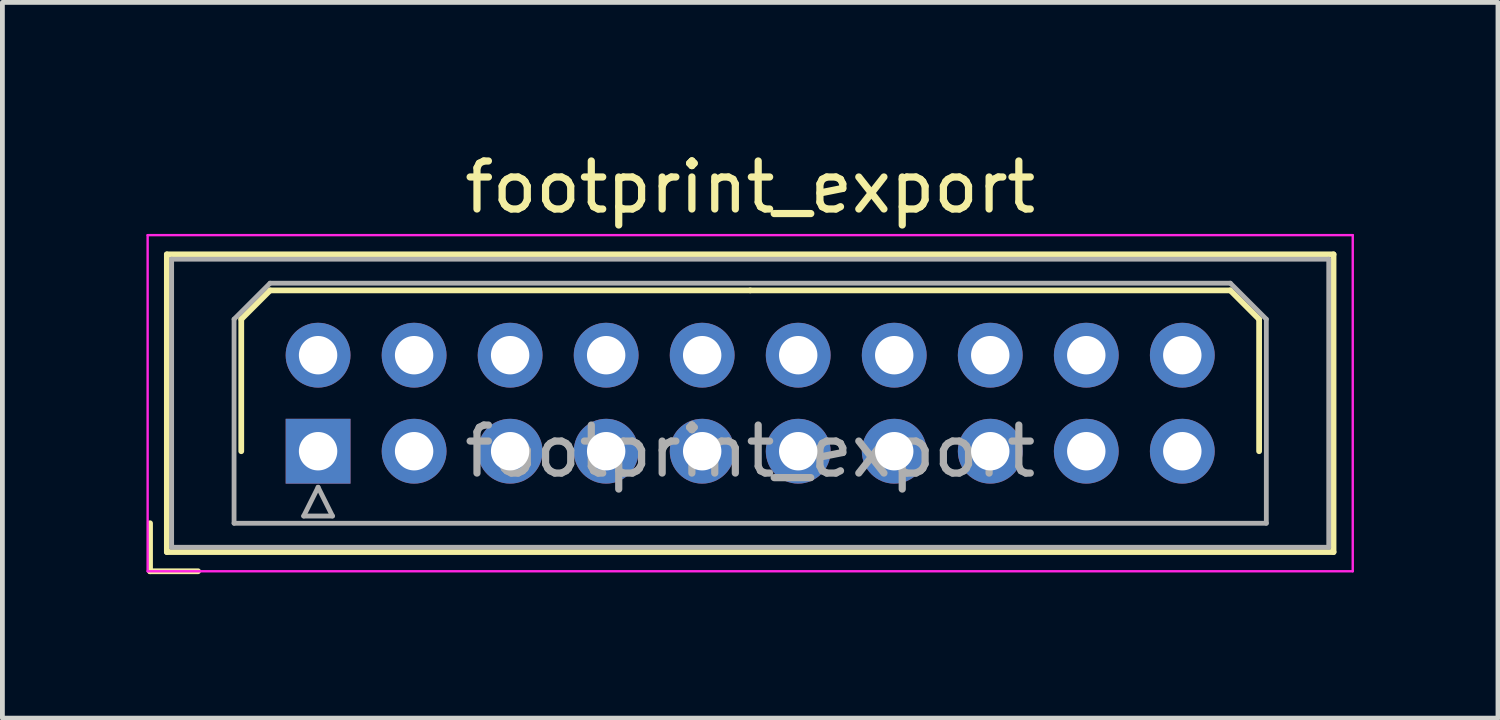
<source format=kicad_pcb>
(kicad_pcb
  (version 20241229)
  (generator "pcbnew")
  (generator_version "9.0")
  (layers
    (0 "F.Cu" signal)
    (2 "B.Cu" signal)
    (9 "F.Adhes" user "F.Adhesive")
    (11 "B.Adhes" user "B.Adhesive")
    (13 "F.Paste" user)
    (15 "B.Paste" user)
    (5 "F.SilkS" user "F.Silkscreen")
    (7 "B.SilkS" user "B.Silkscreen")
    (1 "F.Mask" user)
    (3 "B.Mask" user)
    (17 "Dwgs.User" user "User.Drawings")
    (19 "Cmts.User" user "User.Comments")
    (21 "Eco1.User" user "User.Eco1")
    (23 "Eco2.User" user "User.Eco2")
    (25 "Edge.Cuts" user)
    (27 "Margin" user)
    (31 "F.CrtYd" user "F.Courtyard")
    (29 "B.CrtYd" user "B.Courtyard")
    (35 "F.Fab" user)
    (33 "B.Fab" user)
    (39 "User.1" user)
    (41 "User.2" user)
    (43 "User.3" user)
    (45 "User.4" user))
  (footprint "footprint_export"
    (layer "F.Cu")
    (at 3.575 6.348)
    (property "Reference" "footprint_export" (at 9 -5.5 0) (layer "F.SilkS") (effects (font (size 1 1) (thickness 0.15))))
    (attr through_hole)
    (fp_line (start -3.5 1.5) (end -3.5 2.5) (stroke (width 0.12) (type solid)) (layer "F.SilkS"))
    (fp_line (start -3.5 2.5) (end -2.5 2.5) (stroke (width 0.12) (type solid)) (layer "F.SilkS"))
    (fp_line (start -3.15 -4.1) (end -3.15 2.1) (stroke (width 0.12) (type solid)) (layer "F.SilkS"))
    (fp_line (start -3.15 2.1) (end 21.15 2.1) (stroke (width 0.12) (type solid)) (layer "F.SilkS"))
    (fp_line (start -1.6 -2.75) (end -1 -3.35) (stroke (width 0.12) (type solid)) (layer "F.SilkS"))
    (fp_line (start -1.6 0) (end -1.6 -2.75) (stroke (width 0.12) (type solid)) (layer "F.SilkS"))
    (fp_line (start -1 -3.35) (end 9 -3.35) (stroke (width 0.12) (type solid)) (layer "F.SilkS"))
    (fp_line (start 19 -3.35) (end 9 -3.35) (stroke (width 0.12) (type solid)) (layer "F.SilkS"))
    (fp_line (start 19.6 -2.75) (end 19 -3.35) (stroke (width 0.12) (type solid)) (layer "F.SilkS"))
    (fp_line (start 19.6 0) (end 19.6 -2.75) (stroke (width 0.12) (type solid)) (layer "F.SilkS"))
    (fp_line (start 21.15 -4.1) (end -3.15 -4.1) (stroke (width 0.12) (type solid)) (layer "F.SilkS"))
    (fp_line (start 21.15 2.1) (end 21.15 -4.1) (stroke (width 0.12) (type solid)) (layer "F.SilkS"))
    (fp_line (start -3.55 -4.5) (end -3.55 2.5) (stroke (width 0.05) (type solid)) (layer "F.CrtYd"))
    (fp_line (start -3.55 2.5) (end 21.55 2.5) (stroke (width 0.05) (type solid)) (layer "F.CrtYd"))
    (fp_line (start 21.55 -4.5) (end -3.55 -4.5) (stroke (width 0.05) (type solid)) (layer "F.CrtYd"))
    (fp_line (start 21.55 2.5) (end 21.55 -4.5) (stroke (width 0.05) (type solid)) (layer "F.CrtYd"))
    (fp_line (start -3.05 -4) (end -3.05 2) (stroke (width 0.1) (type solid)) (layer "F.Fab"))
    (fp_line (start -3.05 2) (end 21.05 2) (stroke (width 0.1) (type solid)) (layer "F.Fab"))
    (fp_line (start -1.75 -2.75) (end -1 -3.5) (stroke (width 0.1) (type solid)) (layer "F.Fab"))
    (fp_line (start -1.75 1.5) (end -1.75 -2.75) (stroke (width 0.1) (type solid)) (layer "F.Fab"))
    (fp_line (start -1 -3.5) (end 19 -3.5) (stroke (width 0.1) (type solid)) (layer "F.Fab"))
    (fp_line (start -0.3 1.35) (end 0.3 1.35) (stroke (width 0.1) (type solid)) (layer "F.Fab"))
    (fp_line (start 0 0.75) (end -0.3 1.35) (stroke (width 0.1) (type solid)) (layer "F.Fab"))
    (fp_line (start 0.3 1.35) (end 0 0.75) (stroke (width 0.1) (type solid)) (layer "F.Fab"))
    (fp_line (start 19 -3.5) (end 19.75 -2.75) (stroke (width 0.1) (type solid)) (layer "F.Fab"))
    (fp_line (start 19.75 -2.75) (end 19.75 1.5) (stroke (width 0.1) (type solid)) (layer "F.Fab"))
    (fp_line (start 19.75 1.5) (end -1.75 1.5) (stroke (width 0.1) (type solid)) (layer "F.Fab"))
    (fp_line (start 21.05 -4) (end -3.05 -4) (stroke (width 0.1) (type solid)) (layer "F.Fab"))
    (fp_line (start 21.05 2) (end 21.05 -4) (stroke (width 0.1) (type solid)) (layer "F.Fab"))
    (fp_text user "${REFERENCE}" (at 9 0 0) (layer "F.Fab") (effects (font (size 1 1) (thickness 0.15))))
    (pad "1" thru_hole rect (at 0 0) (size 1.35 1.35) (drill 0.8) (layers "*.Cu" "*.Mask"))
    (pad "2" thru_hole circle (at 0 -2) (size 1.35 1.35) (drill 0.8) (layers "*.Cu" "*.Mask"))
    (pad "3" thru_hole circle (at 2 0) (size 1.35 1.35) (drill 0.8) (layers "*.Cu" "*.Mask"))
    (pad "4" thru_hole circle (at 2 -2) (size 1.35 1.35) (drill 0.8) (layers "*.Cu" "*.Mask"))
    (pad "5" thru_hole circle (at 4 0) (size 1.35 1.35) (drill 0.8) (layers "*.Cu" "*.Mask"))
    (pad "6" thru_hole circle (at 4 -2) (size 1.35 1.35) (drill 0.8) (layers "*.Cu" "*.Mask"))
    (pad "7" thru_hole circle (at 6 0) (size 1.35 1.35) (drill 0.8) (layers "*.Cu" "*.Mask"))
    (pad "8" thru_hole circle (at 6 -2) (size 1.35 1.35) (drill 0.8) (layers "*.Cu" "*.Mask"))
    (pad "9" thru_hole circle (at 8 0) (size 1.35 1.35) (drill 0.8) (layers "*.Cu" "*.Mask"))
    (pad "10" thru_hole circle (at 8 -2) (size 1.35 1.35) (drill 0.8) (layers "*.Cu" "*.Mask"))
    (pad "11" thru_hole circle (at 10 0) (size 1.35 1.35) (drill 0.8) (layers "*.Cu" "*.Mask"))
    (pad "12" thru_hole circle (at 10 -2) (size 1.35 1.35) (drill 0.8) (layers "*.Cu" "*.Mask"))
    (pad "13" thru_hole circle (at 12 0) (size 1.35 1.35) (drill 0.8) (layers "*.Cu" "*.Mask"))
    (pad "14" thru_hole circle (at 12 -2) (size 1.35 1.35) (drill 0.8) (layers "*.Cu" "*.Mask"))
    (pad "15" thru_hole circle (at 14 0) (size 1.35 1.35) (drill 0.8) (layers "*.Cu" "*.Mask"))
    (pad "16" thru_hole circle (at 14 -2) (size 1.35 1.35) (drill 0.8) (layers "*.Cu" "*.Mask"))
    (pad "17" thru_hole circle (at 16 0) (size 1.35 1.35) (drill 0.8) (layers "*.Cu" "*.Mask"))
    (pad "18" thru_hole circle (at 16 -2) (size 1.35 1.35) (drill 0.8) (layers "*.Cu" "*.Mask"))
    (pad "19" thru_hole circle (at 18 0) (size 1.35 1.35) (drill 0.8) (layers "*.Cu" "*.Mask"))
    (pad "20" thru_hole circle (at 18 -2) (size 1.35 1.35) (drill 0.8) (layers "*.Cu" "*.Mask")))
  (gr_rect
    (start -3 -3)
    (end 28.15 11.908)
    (stroke (width 0.1) (type default))
    (fill no)
    (layer "Edge.Cuts")))
</source>
